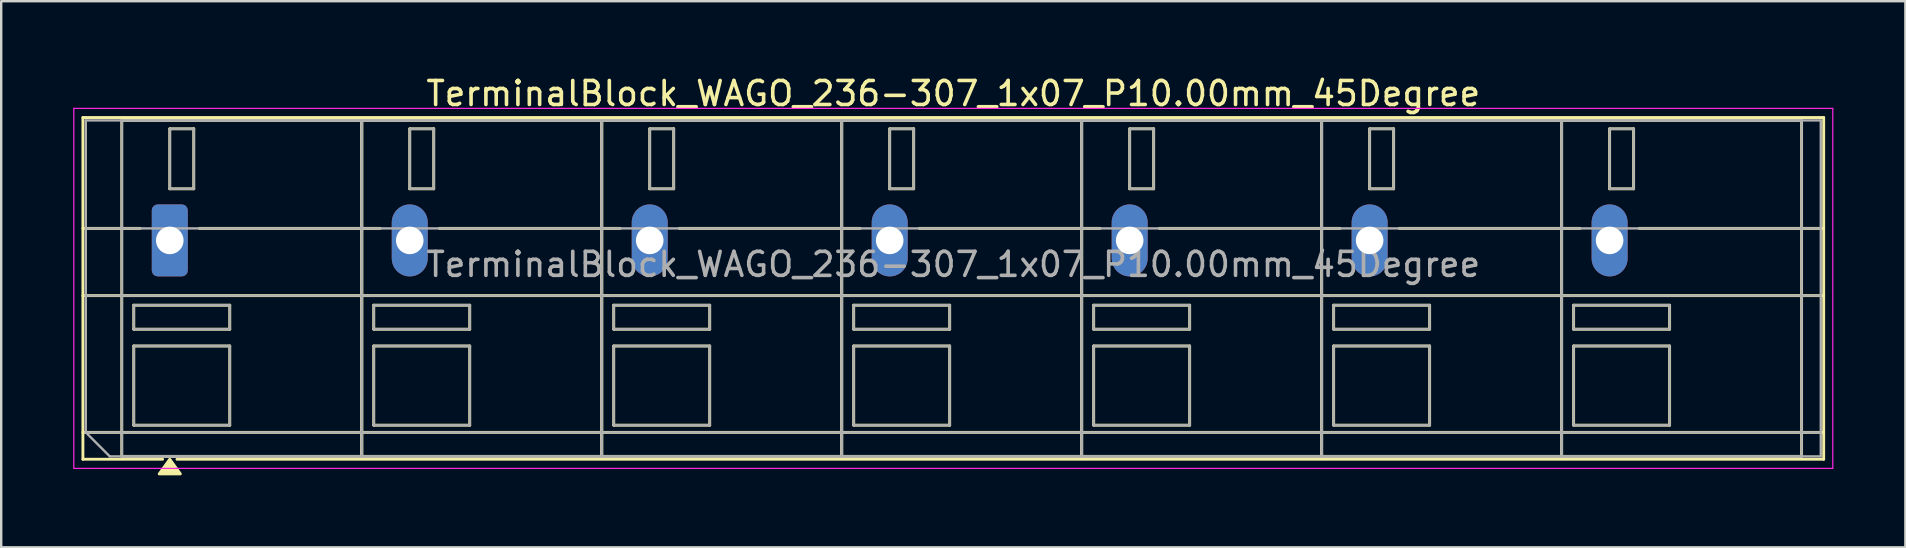
<source format=kicad_pcb>
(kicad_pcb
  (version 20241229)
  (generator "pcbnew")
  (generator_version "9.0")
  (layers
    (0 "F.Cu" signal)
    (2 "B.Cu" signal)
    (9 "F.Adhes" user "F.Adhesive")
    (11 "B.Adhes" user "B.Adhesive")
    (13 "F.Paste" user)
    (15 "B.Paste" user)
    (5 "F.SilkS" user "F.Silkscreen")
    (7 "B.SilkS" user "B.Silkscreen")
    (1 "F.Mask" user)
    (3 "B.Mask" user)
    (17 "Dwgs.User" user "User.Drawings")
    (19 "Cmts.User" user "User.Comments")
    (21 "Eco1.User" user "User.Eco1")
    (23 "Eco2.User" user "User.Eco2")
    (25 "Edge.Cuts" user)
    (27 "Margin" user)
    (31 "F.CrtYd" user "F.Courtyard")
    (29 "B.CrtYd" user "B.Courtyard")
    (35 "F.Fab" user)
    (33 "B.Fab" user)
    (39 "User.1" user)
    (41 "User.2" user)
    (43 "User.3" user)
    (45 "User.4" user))
  (footprint "TerminalBlock_WAGO_236-307_1x07_P10.00mm_45Degree"
    (layer "F.Cu")
    (at 4.025 6.968)
    (property "Reference" "TerminalBlock_WAGO_236-307_1x07_P10.00mm_45Degree" (at 32.65 -6.12 0) (layer "F.SilkS") (effects (font (size 1 1) (thickness 0.15))))
    (attr through_hole)
    (fp_line (start -3.62 -5.12) (end -3.62 9.12) (stroke (width 0.12) (type solid)) (layer "F.SilkS"))
    (fp_line (start -3.62 -5.12) (end 68.92 -5.12) (stroke (width 0.12) (type solid)) (layer "F.SilkS"))
    (fp_line (start -3.62 -0.5) (end -1.23 -0.5) (stroke (width 0.12) (type solid)) (layer "F.SilkS"))
    (fp_line (start -3.62 2.3) (end 68.92 2.3) (stroke (width 0.12) (type solid)) (layer "F.SilkS"))
    (fp_line (start -3.62 8) (end 68.92 8) (stroke (width 0.12) (type solid)) (layer "F.SilkS"))
    (fp_line (start -3.62 9.12) (end -0.3 9.12) (stroke (width 0.12) (type solid)) (layer "F.SilkS"))
    (fp_line (start -2 -5) (end -2 9) (stroke (width 0.12) (type solid)) (layer "F.SilkS"))
    (fp_line (start -2 -5) (end 8 -5) (stroke (width 0.12) (type solid)) (layer "F.SilkS"))
    (fp_line (start -2 9) (end 8 9) (stroke (width 0.12) (type solid)) (layer "F.SilkS"))
    (fp_line (start -1.5 2.7) (end -1.5 3.7) (stroke (width 0.12) (type solid)) (layer "F.SilkS"))
    (fp_line (start -1.5 2.7) (end 2.5 2.7) (stroke (width 0.12) (type solid)) (layer "F.SilkS"))
    (fp_line (start -1.5 3.7) (end 2.5 3.7) (stroke (width 0.12) (type solid)) (layer "F.SilkS"))
    (fp_line (start -1.5 4.4) (end -1.5 7.7) (stroke (width 0.12) (type solid)) (layer "F.SilkS"))
    (fp_line (start -1.5 4.4) (end 2.5 4.4) (stroke (width 0.12) (type solid)) (layer "F.SilkS"))
    (fp_line (start -1.5 7.7) (end 2.5 7.7) (stroke (width 0.12) (type solid)) (layer "F.SilkS"))
    (fp_line (start 0 -4.65) (end 0 -2.15) (stroke (width 0.12) (type solid)) (layer "F.SilkS"))
    (fp_line (start 0 -4.65) (end 1 -4.65) (stroke (width 0.12) (type solid)) (layer "F.SilkS"))
    (fp_line (start 0 -2.15) (end 1 -2.15) (stroke (width 0.12) (type solid)) (layer "F.SilkS"))
    (fp_line (start 0.3 9.12) (end 68.92 9.12) (stroke (width 0.12) (type solid)) (layer "F.SilkS"))
    (fp_line (start 1 -4.65) (end 1 -2.15) (stroke (width 0.12) (type solid)) (layer "F.SilkS"))
    (fp_line (start 1.23 -0.5) (end 8.77 -0.5) (stroke (width 0.12) (type solid)) (layer "F.SilkS"))
    (fp_line (start 2.5 2.7) (end 2.5 3.7) (stroke (width 0.12) (type solid)) (layer "F.SilkS"))
    (fp_line (start 2.5 4.4) (end 2.5 7.7) (stroke (width 0.12) (type solid)) (layer "F.SilkS"))
    (fp_line (start 8 -5) (end 8 9) (stroke (width 0.12) (type solid)) (layer "F.SilkS"))
    (fp_line (start 8 -5) (end 8 9) (stroke (width 0.12) (type solid)) (layer "F.SilkS"))
    (fp_line (start 8 -5) (end 18 -5) (stroke (width 0.12) (type solid)) (layer "F.SilkS"))
    (fp_line (start 8 9) (end 18 9) (stroke (width 0.12) (type solid)) (layer "F.SilkS"))
    (fp_line (start 8.5 2.7) (end 8.5 3.7) (stroke (width 0.12) (type solid)) (layer "F.SilkS"))
    (fp_line (start 8.5 2.7) (end 12.5 2.7) (stroke (width 0.12) (type solid)) (layer "F.SilkS"))
    (fp_line (start 8.5 3.7) (end 12.5 3.7) (stroke (width 0.12) (type solid)) (layer "F.SilkS"))
    (fp_line (start 8.5 4.4) (end 8.5 7.7) (stroke (width 0.12) (type solid)) (layer "F.SilkS"))
    (fp_line (start 8.5 4.4) (end 12.5 4.4) (stroke (width 0.12) (type solid)) (layer "F.SilkS"))
    (fp_line (start 8.5 7.7) (end 12.5 7.7) (stroke (width 0.12) (type solid)) (layer "F.SilkS"))
    (fp_line (start 10 -4.65) (end 10 -2.15) (stroke (width 0.12) (type solid)) (layer "F.SilkS"))
    (fp_line (start 10 -4.65) (end 11 -4.65) (stroke (width 0.12) (type solid)) (layer "F.SilkS"))
    (fp_line (start 10 -2.15) (end 11 -2.15) (stroke (width 0.12) (type solid)) (layer "F.SilkS"))
    (fp_line (start 11 -4.65) (end 11 -2.15) (stroke (width 0.12) (type solid)) (layer "F.SilkS"))
    (fp_line (start 11.23 -0.5) (end 18.77 -0.5) (stroke (width 0.12) (type solid)) (layer "F.SilkS"))
    (fp_line (start 12.5 2.7) (end 12.5 3.7) (stroke (width 0.12) (type solid)) (layer "F.SilkS"))
    (fp_line (start 12.5 4.4) (end 12.5 7.7) (stroke (width 0.12) (type solid)) (layer "F.SilkS"))
    (fp_line (start 18 -5) (end 18 9) (stroke (width 0.12) (type solid)) (layer "F.SilkS"))
    (fp_line (start 18 -5) (end 18 9) (stroke (width 0.12) (type solid)) (layer "F.SilkS"))
    (fp_line (start 18 -5) (end 28 -5) (stroke (width 0.12) (type solid)) (layer "F.SilkS"))
    (fp_line (start 18 9) (end 28 9) (stroke (width 0.12) (type solid)) (layer "F.SilkS"))
    (fp_line (start 18.5 2.7) (end 18.5 3.7) (stroke (width 0.12) (type solid)) (layer "F.SilkS"))
    (fp_line (start 18.5 2.7) (end 22.5 2.7) (stroke (width 0.12) (type solid)) (layer "F.SilkS"))
    (fp_line (start 18.5 3.7) (end 22.5 3.7) (stroke (width 0.12) (type solid)) (layer "F.SilkS"))
    (fp_line (start 18.5 4.4) (end 18.5 7.7) (stroke (width 0.12) (type solid)) (layer "F.SilkS"))
    (fp_line (start 18.5 4.4) (end 22.5 4.4) (stroke (width 0.12) (type solid)) (layer "F.SilkS"))
    (fp_line (start 18.5 7.7) (end 22.5 7.7) (stroke (width 0.12) (type solid)) (layer "F.SilkS"))
    (fp_line (start 20 -4.65) (end 20 -2.15) (stroke (width 0.12) (type solid)) (layer "F.SilkS"))
    (fp_line (start 20 -4.65) (end 21 -4.65) (stroke (width 0.12) (type solid)) (layer "F.SilkS"))
    (fp_line (start 20 -2.15) (end 21 -2.15) (stroke (width 0.12) (type solid)) (layer "F.SilkS"))
    (fp_line (start 21 -4.65) (end 21 -2.15) (stroke (width 0.12) (type solid)) (layer "F.SilkS"))
    (fp_line (start 21.23 -0.5) (end 28.77 -0.5) (stroke (width 0.12) (type solid)) (layer "F.SilkS"))
    (fp_line (start 22.5 2.7) (end 22.5 3.7) (stroke (width 0.12) (type solid)) (layer "F.SilkS"))
    (fp_line (start 22.5 4.4) (end 22.5 7.7) (stroke (width 0.12) (type solid)) (layer "F.SilkS"))
    (fp_line (start 28 -5) (end 28 9) (stroke (width 0.12) (type solid)) (layer "F.SilkS"))
    (fp_line (start 28 -5) (end 28 9) (stroke (width 0.12) (type solid)) (layer "F.SilkS"))
    (fp_line (start 28 -5) (end 38 -5) (stroke (width 0.12) (type solid)) (layer "F.SilkS"))
    (fp_line (start 28 9) (end 38 9) (stroke (width 0.12) (type solid)) (layer "F.SilkS"))
    (fp_line (start 28.5 2.7) (end 28.5 3.7) (stroke (width 0.12) (type solid)) (layer "F.SilkS"))
    (fp_line (start 28.5 2.7) (end 32.5 2.7) (stroke (width 0.12) (type solid)) (layer "F.SilkS"))
    (fp_line (start 28.5 3.7) (end 32.5 3.7) (stroke (width 0.12) (type solid)) (layer "F.SilkS"))
    (fp_line (start 28.5 4.4) (end 28.5 7.7) (stroke (width 0.12) (type solid)) (layer "F.SilkS"))
    (fp_line (start 28.5 4.4) (end 32.5 4.4) (stroke (width 0.12) (type solid)) (layer "F.SilkS"))
    (fp_line (start 28.5 7.7) (end 32.5 7.7) (stroke (width 0.12) (type solid)) (layer "F.SilkS"))
    (fp_line (start 30 -4.65) (end 30 -2.15) (stroke (width 0.12) (type solid)) (layer "F.SilkS"))
    (fp_line (start 30 -4.65) (end 31 -4.65) (stroke (width 0.12) (type solid)) (layer "F.SilkS"))
    (fp_line (start 30 -2.15) (end 31 -2.15) (stroke (width 0.12) (type solid)) (layer "F.SilkS"))
    (fp_line (start 31 -4.65) (end 31 -2.15) (stroke (width 0.12) (type solid)) (layer "F.SilkS"))
    (fp_line (start 31.23 -0.5) (end 38.77 -0.5) (stroke (width 0.12) (type solid)) (layer "F.SilkS"))
    (fp_line (start 32.5 2.7) (end 32.5 3.7) (stroke (width 0.12) (type solid)) (layer "F.SilkS"))
    (fp_line (start 32.5 4.4) (end 32.5 7.7) (stroke (width 0.12) (type solid)) (layer "F.SilkS"))
    (fp_line (start 38 -5) (end 38 9) (stroke (width 0.12) (type solid)) (layer "F.SilkS"))
    (fp_line (start 38 -5) (end 38 9) (stroke (width 0.12) (type solid)) (layer "F.SilkS"))
    (fp_line (start 38 -5) (end 48 -5) (stroke (width 0.12) (type solid)) (layer "F.SilkS"))
    (fp_line (start 38 9) (end 48 9) (stroke (width 0.12) (type solid)) (layer "F.SilkS"))
    (fp_line (start 38.5 2.7) (end 38.5 3.7) (stroke (width 0.12) (type solid)) (layer "F.SilkS"))
    (fp_line (start 38.5 2.7) (end 42.5 2.7) (stroke (width 0.12) (type solid)) (layer "F.SilkS"))
    (fp_line (start 38.5 3.7) (end 42.5 3.7) (stroke (width 0.12) (type solid)) (layer "F.SilkS"))
    (fp_line (start 38.5 4.4) (end 38.5 7.7) (stroke (width 0.12) (type solid)) (layer "F.SilkS"))
    (fp_line (start 38.5 4.4) (end 42.5 4.4) (stroke (width 0.12) (type solid)) (layer "F.SilkS"))
    (fp_line (start 38.5 7.7) (end 42.5 7.7) (stroke (width 0.12) (type solid)) (layer "F.SilkS"))
    (fp_line (start 40 -4.65) (end 40 -2.15) (stroke (width 0.12) (type solid)) (layer "F.SilkS"))
    (fp_line (start 40 -4.65) (end 41 -4.65) (stroke (width 0.12) (type solid)) (layer "F.SilkS"))
    (fp_line (start 40 -2.15) (end 41 -2.15) (stroke (width 0.12) (type solid)) (layer "F.SilkS"))
    (fp_line (start 41 -4.65) (end 41 -2.15) (stroke (width 0.12) (type solid)) (layer "F.SilkS"))
    (fp_line (start 41.23 -0.5) (end 48.77 -0.5) (stroke (width 0.12) (type solid)) (layer "F.SilkS"))
    (fp_line (start 42.5 2.7) (end 42.5 3.7) (stroke (width 0.12) (type solid)) (layer "F.SilkS"))
    (fp_line (start 42.5 4.4) (end 42.5 7.7) (stroke (width 0.12) (type solid)) (layer "F.SilkS"))
    (fp_line (start 48 -5) (end 48 9) (stroke (width 0.12) (type solid)) (layer "F.SilkS"))
    (fp_line (start 48 -5) (end 48 9) (stroke (width 0.12) (type solid)) (layer "F.SilkS"))
    (fp_line (start 48 -5) (end 58 -5) (stroke (width 0.12) (type solid)) (layer "F.SilkS"))
    (fp_line (start 48 9) (end 58 9) (stroke (width 0.12) (type solid)) (layer "F.SilkS"))
    (fp_line (start 48.5 2.7) (end 48.5 3.7) (stroke (width 0.12) (type solid)) (layer "F.SilkS"))
    (fp_line (start 48.5 2.7) (end 52.5 2.7) (stroke (width 0.12) (type solid)) (layer "F.SilkS"))
    (fp_line (start 48.5 3.7) (end 52.5 3.7) (stroke (width 0.12) (type solid)) (layer "F.SilkS"))
    (fp_line (start 48.5 4.4) (end 48.5 7.7) (stroke (width 0.12) (type solid)) (layer "F.SilkS"))
    (fp_line (start 48.5 4.4) (end 52.5 4.4) (stroke (width 0.12) (type solid)) (layer "F.SilkS"))
    (fp_line (start 48.5 7.7) (end 52.5 7.7) (stroke (width 0.12) (type solid)) (layer "F.SilkS"))
    (fp_line (start 50 -4.65) (end 50 -2.15) (stroke (width 0.12) (type solid)) (layer "F.SilkS"))
    (fp_line (start 50 -4.65) (end 51 -4.65) (stroke (width 0.12) (type solid)) (layer "F.SilkS"))
    (fp_line (start 50 -2.15) (end 51 -2.15) (stroke (width 0.12) (type solid)) (layer "F.SilkS"))
    (fp_line (start 51 -4.65) (end 51 -2.15) (stroke (width 0.12) (type solid)) (layer "F.SilkS"))
    (fp_line (start 51.23 -0.5) (end 58.77 -0.5) (stroke (width 0.12) (type solid)) (layer "F.SilkS"))
    (fp_line (start 52.5 2.7) (end 52.5 3.7) (stroke (width 0.12) (type solid)) (layer "F.SilkS"))
    (fp_line (start 52.5 4.4) (end 52.5 7.7) (stroke (width 0.12) (type solid)) (layer "F.SilkS"))
    (fp_line (start 58 -5) (end 58 9) (stroke (width 0.12) (type solid)) (layer "F.SilkS"))
    (fp_line (start 58 -5) (end 58 9) (stroke (width 0.12) (type solid)) (layer "F.SilkS"))
    (fp_line (start 58 -5) (end 68 -5) (stroke (width 0.12) (type solid)) (layer "F.SilkS"))
    (fp_line (start 58 9) (end 68 9) (stroke (width 0.12) (type solid)) (layer "F.SilkS"))
    (fp_line (start 58.5 2.7) (end 58.5 3.7) (stroke (width 0.12) (type solid)) (layer "F.SilkS"))
    (fp_line (start 58.5 2.7) (end 62.5 2.7) (stroke (width 0.12) (type solid)) (layer "F.SilkS"))
    (fp_line (start 58.5 3.7) (end 62.5 3.7) (stroke (width 0.12) (type solid)) (layer "F.SilkS"))
    (fp_line (start 58.5 4.4) (end 58.5 7.7) (stroke (width 0.12) (type solid)) (layer "F.SilkS"))
    (fp_line (start 58.5 4.4) (end 62.5 4.4) (stroke (width 0.12) (type solid)) (layer "F.SilkS"))
    (fp_line (start 58.5 7.7) (end 62.5 7.7) (stroke (width 0.12) (type solid)) (layer "F.SilkS"))
    (fp_line (start 60 -4.65) (end 60 -2.15) (stroke (width 0.12) (type solid)) (layer "F.SilkS"))
    (fp_line (start 60 -4.65) (end 61 -4.65) (stroke (width 0.12) (type solid)) (layer "F.SilkS"))
    (fp_line (start 60 -2.15) (end 61 -2.15) (stroke (width 0.12) (type solid)) (layer "F.SilkS"))
    (fp_line (start 61 -4.65) (end 61 -2.15) (stroke (width 0.12) (type solid)) (layer "F.SilkS"))
    (fp_line (start 61.23 -0.5) (end 68.92 -0.5) (stroke (width 0.12) (type solid)) (layer "F.SilkS"))
    (fp_line (start 62.5 2.7) (end 62.5 3.7) (stroke (width 0.12) (type solid)) (layer "F.SilkS"))
    (fp_line (start 62.5 4.4) (end 62.5 7.7) (stroke (width 0.12) (type solid)) (layer "F.SilkS"))
    (fp_line (start 68 -5) (end 68 9) (stroke (width 0.12) (type solid)) (layer "F.SilkS"))
    (fp_line (start 68.92 -5.12) (end 68.92 9.12) (stroke (width 0.12) (type solid)) (layer "F.SilkS"))
    (fp_poly (pts (xy 0 9.12) (xy 0.44 9.73) (xy -0.44 9.73)) (stroke (width 0.12) (type solid)) (fill yes) (layer "F.SilkS"))
    (fp_line (start -4 -5.5) (end -4 9.5) (stroke (width 0.05) (type solid)) (layer "F.CrtYd"))
    (fp_line (start -4 9.5) (end 69.3 9.5) (stroke (width 0.05) (type solid)) (layer "F.CrtYd"))
    (fp_line (start 69.3 -5.5) (end -4 -5.5) (stroke (width 0.05) (type solid)) (layer "F.CrtYd"))
    (fp_line (start 69.3 9.5) (end 69.3 -5.5) (stroke (width 0.05) (type solid)) (layer "F.CrtYd"))
    (fp_line (start -3.5 -5) (end 68.8 -5) (stroke (width 0.1) (type solid)) (layer "F.Fab"))
    (fp_line (start -3.5 -0.5) (end 68.8 -0.5) (stroke (width 0.1) (type solid)) (layer "F.Fab"))
    (fp_line (start -3.5 2.3) (end 68.8 2.3) (stroke (width 0.1) (type solid)) (layer "F.Fab"))
    (fp_line (start -3.5 8) (end -3.5 -5) (stroke (width 0.1) (type solid)) (layer "F.Fab"))
    (fp_line (start -3.5 8) (end 68.8 8) (stroke (width 0.1) (type solid)) (layer "F.Fab"))
    (fp_line (start -2.5 9) (end -3.5 8) (stroke (width 0.1) (type solid)) (layer "F.Fab"))
    (fp_line (start -2 -5) (end -2 9) (stroke (width 0.1) (type solid)) (layer "F.Fab"))
    (fp_line (start -2 9) (end 8 9) (stroke (width 0.1) (type solid)) (layer "F.Fab"))
    (fp_line (start -1.5 2.7) (end -1.5 3.7) (stroke (width 0.1) (type solid)) (layer "F.Fab"))
    (fp_line (start -1.5 3.7) (end 2.5 3.7) (stroke (width 0.1) (type solid)) (layer "F.Fab"))
    (fp_line (start -1.5 4.4) (end -1.5 7.7) (stroke (width 0.1) (type solid)) (layer "F.Fab"))
    (fp_line (start -1.5 7.7) (end 2.5 7.7) (stroke (width 0.1) (type solid)) (layer "F.Fab"))
    (fp_line (start 0 -4.65) (end 0 -2.15) (stroke (width 0.1) (type solid)) (layer "F.Fab"))
    (fp_line (start 0 -2.15) (end 1 -2.15) (stroke (width 0.1) (type solid)) (layer "F.Fab"))
    (fp_line (start 1 -4.65) (end 0 -4.65) (stroke (width 0.1) (type solid)) (layer "F.Fab"))
    (fp_line (start 1 -2.15) (end 1 -4.65) (stroke (width 0.1) (type solid)) (layer "F.Fab"))
    (fp_line (start 2.5 2.7) (end -1.5 2.7) (stroke (width 0.1) (type solid)) (layer "F.Fab"))
    (fp_line (start 2.5 3.7) (end 2.5 2.7) (stroke (width 0.1) (type solid)) (layer "F.Fab"))
    (fp_line (start 2.5 4.4) (end -1.5 4.4) (stroke (width 0.1) (type solid)) (layer "F.Fab"))
    (fp_line (start 2.5 7.7) (end 2.5 4.4) (stroke (width 0.1) (type solid)) (layer "F.Fab"))
    (fp_line (start 8 -5) (end -2 -5) (stroke (width 0.1) (type solid)) (layer "F.Fab"))
    (fp_line (start 8 -5) (end 8 9) (stroke (width 0.1) (type solid)) (layer "F.Fab"))
    (fp_line (start 8 9) (end 8 -5) (stroke (width 0.1) (type solid)) (layer "F.Fab"))
    (fp_line (start 8 9) (end 18 9) (stroke (width 0.1) (type solid)) (layer "F.Fab"))
    (fp_line (start 8.5 2.7) (end 8.5 3.7) (stroke (width 0.1) (type solid)) (layer "F.Fab"))
    (fp_line (start 8.5 3.7) (end 12.5 3.7) (stroke (width 0.1) (type solid)) (layer "F.Fab"))
    (fp_line (start 8.5 4.4) (end 8.5 7.7) (stroke (width 0.1) (type solid)) (layer "F.Fab"))
    (fp_line (start 8.5 7.7) (end 12.5 7.7) (stroke (width 0.1) (type solid)) (layer "F.Fab"))
    (fp_line (start 10 -4.65) (end 10 -2.15) (stroke (width 0.1) (type solid)) (layer "F.Fab"))
    (fp_line (start 10 -2.15) (end 11 -2.15) (stroke (width 0.1) (type solid)) (layer "F.Fab"))
    (fp_line (start 11 -4.65) (end 10 -4.65) (stroke (width 0.1) (type solid)) (layer "F.Fab"))
    (fp_line (start 11 -2.15) (end 11 -4.65) (stroke (width 0.1) (type solid)) (layer "F.Fab"))
    (fp_line (start 12.5 2.7) (end 8.5 2.7) (stroke (width 0.1) (type solid)) (layer "F.Fab"))
    (fp_line (start 12.5 3.7) (end 12.5 2.7) (stroke (width 0.1) (type solid)) (layer "F.Fab"))
    (fp_line (start 12.5 4.4) (end 8.5 4.4) (stroke (width 0.1) (type solid)) (layer "F.Fab"))
    (fp_line (start 12.5 7.7) (end 12.5 4.4) (stroke (width 0.1) (type solid)) (layer "F.Fab"))
    (fp_line (start 18 -5) (end 8 -5) (stroke (width 0.1) (type solid)) (layer "F.Fab"))
    (fp_line (start 18 -5) (end 18 9) (stroke (width 0.1) (type solid)) (layer "F.Fab"))
    (fp_line (start 18 9) (end 18 -5) (stroke (width 0.1) (type solid)) (layer "F.Fab"))
    (fp_line (start 18 9) (end 28 9) (stroke (width 0.1) (type solid)) (layer "F.Fab"))
    (fp_line (start 18.5 2.7) (end 18.5 3.7) (stroke (width 0.1) (type solid)) (layer "F.Fab"))
    (fp_line (start 18.5 3.7) (end 22.5 3.7) (stroke (width 0.1) (type solid)) (layer "F.Fab"))
    (fp_line (start 18.5 4.4) (end 18.5 7.7) (stroke (width 0.1) (type solid)) (layer "F.Fab"))
    (fp_line (start 18.5 7.7) (end 22.5 7.7) (stroke (width 0.1) (type solid)) (layer "F.Fab"))
    (fp_line (start 20 -4.65) (end 20 -2.15) (stroke (width 0.1) (type solid)) (layer "F.Fab"))
    (fp_line (start 20 -2.15) (end 21 -2.15) (stroke (width 0.1) (type solid)) (layer "F.Fab"))
    (fp_line (start 21 -4.65) (end 20 -4.65) (stroke (width 0.1) (type solid)) (layer "F.Fab"))
    (fp_line (start 21 -2.15) (end 21 -4.65) (stroke (width 0.1) (type solid)) (layer "F.Fab"))
    (fp_line (start 22.5 2.7) (end 18.5 2.7) (stroke (width 0.1) (type solid)) (layer "F.Fab"))
    (fp_line (start 22.5 3.7) (end 22.5 2.7) (stroke (width 0.1) (type solid)) (layer "F.Fab"))
    (fp_line (start 22.5 4.4) (end 18.5 4.4) (stroke (width 0.1) (type solid)) (layer "F.Fab"))
    (fp_line (start 22.5 7.7) (end 22.5 4.4) (stroke (width 0.1) (type solid)) (layer "F.Fab"))
    (fp_line (start 28 -5) (end 18 -5) (stroke (width 0.1) (type solid)) (layer "F.Fab"))
    (fp_line (start 28 -5) (end 28 9) (stroke (width 0.1) (type solid)) (layer "F.Fab"))
    (fp_line (start 28 9) (end 28 -5) (stroke (width 0.1) (type solid)) (layer "F.Fab"))
    (fp_line (start 28 9) (end 38 9) (stroke (width 0.1) (type solid)) (layer "F.Fab"))
    (fp_line (start 28.5 2.7) (end 28.5 3.7) (stroke (width 0.1) (type solid)) (layer "F.Fab"))
    (fp_line (start 28.5 3.7) (end 32.5 3.7) (stroke (width 0.1) (type solid)) (layer "F.Fab"))
    (fp_line (start 28.5 4.4) (end 28.5 7.7) (stroke (width 0.1) (type solid)) (layer "F.Fab"))
    (fp_line (start 28.5 7.7) (end 32.5 7.7) (stroke (width 0.1) (type solid)) (layer "F.Fab"))
    (fp_line (start 30 -4.65) (end 30 -2.15) (stroke (width 0.1) (type solid)) (layer "F.Fab"))
    (fp_line (start 30 -2.15) (end 31 -2.15) (stroke (width 0.1) (type solid)) (layer "F.Fab"))
    (fp_line (start 31 -4.65) (end 30 -4.65) (stroke (width 0.1) (type solid)) (layer "F.Fab"))
    (fp_line (start 31 -2.15) (end 31 -4.65) (stroke (width 0.1) (type solid)) (layer "F.Fab"))
    (fp_line (start 32.5 2.7) (end 28.5 2.7) (stroke (width 0.1) (type solid)) (layer "F.Fab"))
    (fp_line (start 32.5 3.7) (end 32.5 2.7) (stroke (width 0.1) (type solid)) (layer "F.Fab"))
    (fp_line (start 32.5 4.4) (end 28.5 4.4) (stroke (width 0.1) (type solid)) (layer "F.Fab"))
    (fp_line (start 32.5 7.7) (end 32.5 4.4) (stroke (width 0.1) (type solid)) (layer "F.Fab"))
    (fp_line (start 38 -5) (end 28 -5) (stroke (width 0.1) (type solid)) (layer "F.Fab"))
    (fp_line (start 38 -5) (end 38 9) (stroke (width 0.1) (type solid)) (layer "F.Fab"))
    (fp_line (start 38 9) (end 38 -5) (stroke (width 0.1) (type solid)) (layer "F.Fab"))
    (fp_line (start 38 9) (end 48 9) (stroke (width 0.1) (type solid)) (layer "F.Fab"))
    (fp_line (start 38.5 2.7) (end 38.5 3.7) (stroke (width 0.1) (type solid)) (layer "F.Fab"))
    (fp_line (start 38.5 3.7) (end 42.5 3.7) (stroke (width 0.1) (type solid)) (layer "F.Fab"))
    (fp_line (start 38.5 4.4) (end 38.5 7.7) (stroke (width 0.1) (type solid)) (layer "F.Fab"))
    (fp_line (start 38.5 7.7) (end 42.5 7.7) (stroke (width 0.1) (type solid)) (layer "F.Fab"))
    (fp_line (start 40 -4.65) (end 40 -2.15) (stroke (width 0.1) (type solid)) (layer "F.Fab"))
    (fp_line (start 40 -2.15) (end 41 -2.15) (stroke (width 0.1) (type solid)) (layer "F.Fab"))
    (fp_line (start 41 -4.65) (end 40 -4.65) (stroke (width 0.1) (type solid)) (layer "F.Fab"))
    (fp_line (start 41 -2.15) (end 41 -4.65) (stroke (width 0.1) (type solid)) (layer "F.Fab"))
    (fp_line (start 42.5 2.7) (end 38.5 2.7) (stroke (width 0.1) (type solid)) (layer "F.Fab"))
    (fp_line (start 42.5 3.7) (end 42.5 2.7) (stroke (width 0.1) (type solid)) (layer "F.Fab"))
    (fp_line (start 42.5 4.4) (end 38.5 4.4) (stroke (width 0.1) (type solid)) (layer "F.Fab"))
    (fp_line (start 42.5 7.7) (end 42.5 4.4) (stroke (width 0.1) (type solid)) (layer "F.Fab"))
    (fp_line (start 48 -5) (end 38 -5) (stroke (width 0.1) (type solid)) (layer "F.Fab"))
    (fp_line (start 48 -5) (end 48 9) (stroke (width 0.1) (type solid)) (layer "F.Fab"))
    (fp_line (start 48 9) (end 48 -5) (stroke (width 0.1) (type solid)) (layer "F.Fab"))
    (fp_line (start 48 9) (end 58 9) (stroke (width 0.1) (type solid)) (layer "F.Fab"))
    (fp_line (start 48.5 2.7) (end 48.5 3.7) (stroke (width 0.1) (type solid)) (layer "F.Fab"))
    (fp_line (start 48.5 3.7) (end 52.5 3.7) (stroke (width 0.1) (type solid)) (layer "F.Fab"))
    (fp_line (start 48.5 4.4) (end 48.5 7.7) (stroke (width 0.1) (type solid)) (layer "F.Fab"))
    (fp_line (start 48.5 7.7) (end 52.5 7.7) (stroke (width 0.1) (type solid)) (layer "F.Fab"))
    (fp_line (start 50 -4.65) (end 50 -2.15) (stroke (width 0.1) (type solid)) (layer "F.Fab"))
    (fp_line (start 50 -2.15) (end 51 -2.15) (stroke (width 0.1) (type solid)) (layer "F.Fab"))
    (fp_line (start 51 -4.65) (end 50 -4.65) (stroke (width 0.1) (type solid)) (layer "F.Fab"))
    (fp_line (start 51 -2.15) (end 51 -4.65) (stroke (width 0.1) (type solid)) (layer "F.Fab"))
    (fp_line (start 52.5 2.7) (end 48.5 2.7) (stroke (width 0.1) (type solid)) (layer "F.Fab"))
    (fp_line (start 52.5 3.7) (end 52.5 2.7) (stroke (width 0.1) (type solid)) (layer "F.Fab"))
    (fp_line (start 52.5 4.4) (end 48.5 4.4) (stroke (width 0.1) (type solid)) (layer "F.Fab"))
    (fp_line (start 52.5 7.7) (end 52.5 4.4) (stroke (width 0.1) (type solid)) (layer "F.Fab"))
    (fp_line (start 58 -5) (end 48 -5) (stroke (width 0.1) (type solid)) (layer "F.Fab"))
    (fp_line (start 58 -5) (end 58 9) (stroke (width 0.1) (type solid)) (layer "F.Fab"))
    (fp_line (start 58 9) (end 58 -5) (stroke (width 0.1) (type solid)) (layer "F.Fab"))
    (fp_line (start 58 9) (end 68 9) (stroke (width 0.1) (type solid)) (layer "F.Fab"))
    (fp_line (start 58.5 2.7) (end 58.5 3.7) (stroke (width 0.1) (type solid)) (layer "F.Fab"))
    (fp_line (start 58.5 3.7) (end 62.5 3.7) (stroke (width 0.1) (type solid)) (layer "F.Fab"))
    (fp_line (start 58.5 4.4) (end 58.5 7.7) (stroke (width 0.1) (type solid)) (layer "F.Fab"))
    (fp_line (start 58.5 7.7) (end 62.5 7.7) (stroke (width 0.1) (type solid)) (layer "F.Fab"))
    (fp_line (start 60 -4.65) (end 60 -2.15) (stroke (width 0.1) (type solid)) (layer "F.Fab"))
    (fp_line (start 60 -2.15) (end 61 -2.15) (stroke (width 0.1) (type solid)) (layer "F.Fab"))
    (fp_line (start 61 -4.65) (end 60 -4.65) (stroke (width 0.1) (type solid)) (layer "F.Fab"))
    (fp_line (start 61 -2.15) (end 61 -4.65) (stroke (width 0.1) (type solid)) (layer "F.Fab"))
    (fp_line (start 62.5 2.7) (end 58.5 2.7) (stroke (width 0.1) (type solid)) (layer "F.Fab"))
    (fp_line (start 62.5 3.7) (end 62.5 2.7) (stroke (width 0.1) (type solid)) (layer "F.Fab"))
    (fp_line (start 62.5 4.4) (end 58.5 4.4) (stroke (width 0.1) (type solid)) (layer "F.Fab"))
    (fp_line (start 62.5 7.7) (end 62.5 4.4) (stroke (width 0.1) (type solid)) (layer "F.Fab"))
    (fp_line (start 68 -5) (end 58 -5) (stroke (width 0.1) (type solid)) (layer "F.Fab"))
    (fp_line (start 68 9) (end 68 -5) (stroke (width 0.1) (type solid)) (layer "F.Fab"))
    (fp_line (start 68.8 -5) (end 68.8 9) (stroke (width 0.1) (type solid)) (layer "F.Fab"))
    (fp_line (start 68.8 9) (end -2.5 9) (stroke (width 0.1) (type solid)) (layer "F.Fab"))
    (fp_text user "${REFERENCE}" (at 32.65 1 0) (layer "F.Fab") (effects (font (size 1 1) (thickness 0.15))))
    (pad "1" thru_hole roundrect (at 0 0) (size 1.5 3) (drill 1.15) (layers "*.Cu" "*.Mask") (roundrect_rratio 0.167))
    (pad "2" thru_hole oval (at 10 0) (size 1.5 3) (drill 1.15) (layers "*.Cu" "*.Mask"))
    (pad "3" thru_hole oval (at 20 0) (size 1.5 3) (drill 1.15) (layers "*.Cu" "*.Mask"))
    (pad "4" thru_hole oval (at 30 0) (size 1.5 3) (drill 1.15) (layers "*.Cu" "*.Mask"))
    (pad "5" thru_hole oval (at 40 0) (size 1.5 3) (drill 1.15) (layers "*.Cu" "*.Mask"))
    (pad "6" thru_hole oval (at 50 0) (size 1.5 3) (drill 1.15) (layers "*.Cu" "*.Mask"))
    (pad "7" thru_hole oval (at 60 0) (size 1.5 3) (drill 1.15) (layers "*.Cu" "*.Mask")))
  (gr_rect
    (start -3 -3)
    (end 76.35 19.758)
    (stroke (width 0.1) (type default))
    (fill no)
    (layer "Edge.Cuts")))
</source>
